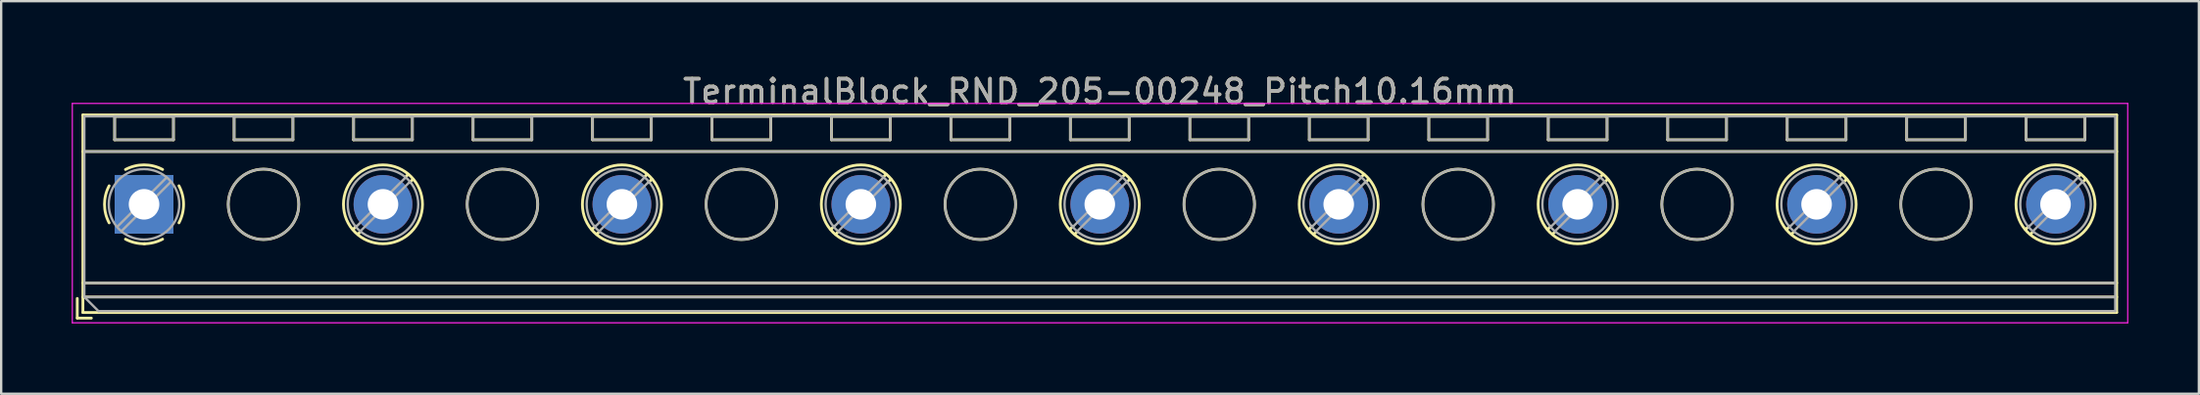
<source format=kicad_pcb>
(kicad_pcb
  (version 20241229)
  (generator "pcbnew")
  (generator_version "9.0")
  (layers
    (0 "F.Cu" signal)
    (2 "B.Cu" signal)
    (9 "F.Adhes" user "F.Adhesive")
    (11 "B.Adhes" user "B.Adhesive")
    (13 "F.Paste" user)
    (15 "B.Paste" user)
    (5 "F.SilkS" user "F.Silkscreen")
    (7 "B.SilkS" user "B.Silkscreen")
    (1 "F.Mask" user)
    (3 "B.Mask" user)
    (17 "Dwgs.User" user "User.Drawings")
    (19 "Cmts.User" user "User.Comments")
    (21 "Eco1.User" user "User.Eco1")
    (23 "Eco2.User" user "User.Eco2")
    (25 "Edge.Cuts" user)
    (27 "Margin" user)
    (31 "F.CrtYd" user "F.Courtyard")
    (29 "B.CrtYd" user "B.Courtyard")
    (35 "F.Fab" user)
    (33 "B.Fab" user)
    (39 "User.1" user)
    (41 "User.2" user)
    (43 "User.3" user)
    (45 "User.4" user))
  (footprint "TerminalBlock_RND_205-00248_Pitch10.16mm"
    (layer "F.Cu")
    (at 3.075 5.658)
    (property "Reference" "TerminalBlock_RND_205-00248_Pitch10.16mm" (at 40.64 -4.81 0) (layer "F.SilkS") (effects (font (size 1 1) (thickness 0.15))))
    (attr through_hole)
    (fp_line (start -2.84 4.01) (end -2.84 4.85) (stroke (width 0.12) (type solid)) (layer "F.SilkS"))
    (fp_line (start -2.84 4.85) (end -2.24 4.85) (stroke (width 0.12) (type solid)) (layer "F.SilkS"))
    (fp_line (start -2.6 -3.81) (end -2.6 4.61) (stroke (width 0.12) (type solid)) (layer "F.SilkS"))
    (fp_line (start -2.6 -2.25) (end 83.88 -2.25) (stroke (width 0.12) (type solid)) (layer "F.SilkS"))
    (fp_line (start -2.6 3.35) (end 83.88 3.35) (stroke (width 0.12) (type solid)) (layer "F.SilkS"))
    (fp_line (start -2.6 3.95) (end 83.88 3.95) (stroke (width 0.12) (type solid)) (layer "F.SilkS"))
    (fp_line (start -2.6 4.61) (end 83.88 4.61) (stroke (width 0.12) (type solid)) (layer "F.SilkS"))
    (fp_line (start -1.25 -3.751) (end -1.25 -2.751) (stroke (width 0.12) (type solid)) (layer "F.SilkS"))
    (fp_line (start -1.25 -3.751) (end 1.25 -3.751) (stroke (width 0.12) (type solid)) (layer "F.SilkS"))
    (fp_line (start -1.25 -2.751) (end 1.25 -2.751) (stroke (width 0.12) (type solid)) (layer "F.SilkS"))
    (fp_line (start 1.25 -3.751) (end 1.25 -2.751) (stroke (width 0.12) (type solid)) (layer "F.SilkS"))
    (fp_line (start 3.83 -3.751) (end 3.83 -2.751) (stroke (width 0.12) (type solid)) (layer "F.SilkS"))
    (fp_line (start 3.83 -3.751) (end 6.33 -3.751) (stroke (width 0.12) (type solid)) (layer "F.SilkS"))
    (fp_line (start 3.83 -2.751) (end 6.33 -2.751) (stroke (width 0.12) (type solid)) (layer "F.SilkS"))
    (fp_line (start 6.33 -3.751) (end 6.33 -2.751) (stroke (width 0.12) (type solid)) (layer "F.SilkS"))
    (fp_line (start 8.91 -3.751) (end 8.91 -2.751) (stroke (width 0.12) (type solid)) (layer "F.SilkS"))
    (fp_line (start 8.91 -3.751) (end 11.41 -3.751) (stroke (width 0.12) (type solid)) (layer "F.SilkS"))
    (fp_line (start 8.91 -2.751) (end 11.41 -2.751) (stroke (width 0.12) (type solid)) (layer "F.SilkS"))
    (fp_line (start 9.027 0.929) (end 8.886 1.069) (stroke (width 0.12) (type solid)) (layer "F.SilkS"))
    (fp_line (start 9.197 1.169) (end 9.091 1.274) (stroke (width 0.12) (type solid)) (layer "F.SilkS"))
    (fp_line (start 11.23 -1.275) (end 11.124 -1.169) (stroke (width 0.12) (type solid)) (layer "F.SilkS"))
    (fp_line (start 11.41 -3.751) (end 11.41 -2.751) (stroke (width 0.12) (type solid)) (layer "F.SilkS"))
    (fp_line (start 11.435 -1.069) (end 11.294 -0.929) (stroke (width 0.12) (type solid)) (layer "F.SilkS"))
    (fp_line (start 13.99 -3.751) (end 13.99 -2.751) (stroke (width 0.12) (type solid)) (layer "F.SilkS"))
    (fp_line (start 13.99 -3.751) (end 16.49 -3.751) (stroke (width 0.12) (type solid)) (layer "F.SilkS"))
    (fp_line (start 13.99 -2.751) (end 16.49 -2.751) (stroke (width 0.12) (type solid)) (layer "F.SilkS"))
    (fp_line (start 16.49 -3.751) (end 16.49 -2.751) (stroke (width 0.12) (type solid)) (layer "F.SilkS"))
    (fp_line (start 19.07 -3.751) (end 19.07 -2.751) (stroke (width 0.12) (type solid)) (layer "F.SilkS"))
    (fp_line (start 19.07 -3.751) (end 21.57 -3.751) (stroke (width 0.12) (type solid)) (layer "F.SilkS"))
    (fp_line (start 19.07 -2.751) (end 21.57 -2.751) (stroke (width 0.12) (type solid)) (layer "F.SilkS"))
    (fp_line (start 19.187 0.929) (end 19.046 1.069) (stroke (width 0.12) (type solid)) (layer "F.SilkS"))
    (fp_line (start 19.357 1.169) (end 19.251 1.274) (stroke (width 0.12) (type solid)) (layer "F.SilkS"))
    (fp_line (start 21.39 -1.275) (end 21.284 -1.169) (stroke (width 0.12) (type solid)) (layer "F.SilkS"))
    (fp_line (start 21.57 -3.751) (end 21.57 -2.751) (stroke (width 0.12) (type solid)) (layer "F.SilkS"))
    (fp_line (start 21.595 -1.069) (end 21.454 -0.929) (stroke (width 0.12) (type solid)) (layer "F.SilkS"))
    (fp_line (start 24.15 -3.751) (end 24.15 -2.751) (stroke (width 0.12) (type solid)) (layer "F.SilkS"))
    (fp_line (start 24.15 -3.751) (end 26.65 -3.751) (stroke (width 0.12) (type solid)) (layer "F.SilkS"))
    (fp_line (start 24.15 -2.751) (end 26.65 -2.751) (stroke (width 0.12) (type solid)) (layer "F.SilkS"))
    (fp_line (start 26.65 -3.751) (end 26.65 -2.751) (stroke (width 0.12) (type solid)) (layer "F.SilkS"))
    (fp_line (start 29.23 -3.751) (end 29.23 -2.751) (stroke (width 0.12) (type solid)) (layer "F.SilkS"))
    (fp_line (start 29.23 -3.751) (end 31.73 -3.751) (stroke (width 0.12) (type solid)) (layer "F.SilkS"))
    (fp_line (start 29.23 -2.751) (end 31.73 -2.751) (stroke (width 0.12) (type solid)) (layer "F.SilkS"))
    (fp_line (start 29.347 0.929) (end 29.206 1.069) (stroke (width 0.12) (type solid)) (layer "F.SilkS"))
    (fp_line (start 29.517 1.169) (end 29.411 1.274) (stroke (width 0.12) (type solid)) (layer "F.SilkS"))
    (fp_line (start 31.55 -1.275) (end 31.444 -1.169) (stroke (width 0.12) (type solid)) (layer "F.SilkS"))
    (fp_line (start 31.73 -3.751) (end 31.73 -2.751) (stroke (width 0.12) (type solid)) (layer "F.SilkS"))
    (fp_line (start 31.755 -1.069) (end 31.614 -0.929) (stroke (width 0.12) (type solid)) (layer "F.SilkS"))
    (fp_line (start 34.31 -3.751) (end 34.31 -2.751) (stroke (width 0.12) (type solid)) (layer "F.SilkS"))
    (fp_line (start 34.31 -3.751) (end 36.81 -3.751) (stroke (width 0.12) (type solid)) (layer "F.SilkS"))
    (fp_line (start 34.31 -2.751) (end 36.81 -2.751) (stroke (width 0.12) (type solid)) (layer "F.SilkS"))
    (fp_line (start 36.81 -3.751) (end 36.81 -2.751) (stroke (width 0.12) (type solid)) (layer "F.SilkS"))
    (fp_line (start 39.39 -3.751) (end 39.39 -2.751) (stroke (width 0.12) (type solid)) (layer "F.SilkS"))
    (fp_line (start 39.39 -3.751) (end 41.89 -3.751) (stroke (width 0.12) (type solid)) (layer "F.SilkS"))
    (fp_line (start 39.39 -2.751) (end 41.89 -2.751) (stroke (width 0.12) (type solid)) (layer "F.SilkS"))
    (fp_line (start 39.507 0.929) (end 39.366 1.069) (stroke (width 0.12) (type solid)) (layer "F.SilkS"))
    (fp_line (start 39.677 1.169) (end 39.571 1.274) (stroke (width 0.12) (type solid)) (layer "F.SilkS"))
    (fp_line (start 41.71 -1.275) (end 41.604 -1.169) (stroke (width 0.12) (type solid)) (layer "F.SilkS"))
    (fp_line (start 41.89 -3.751) (end 41.89 -2.751) (stroke (width 0.12) (type solid)) (layer "F.SilkS"))
    (fp_line (start 41.915 -1.069) (end 41.774 -0.929) (stroke (width 0.12) (type solid)) (layer "F.SilkS"))
    (fp_line (start 44.47 -3.751) (end 44.47 -2.751) (stroke (width 0.12) (type solid)) (layer "F.SilkS"))
    (fp_line (start 44.47 -3.751) (end 46.97 -3.751) (stroke (width 0.12) (type solid)) (layer "F.SilkS"))
    (fp_line (start 44.47 -2.751) (end 46.97 -2.751) (stroke (width 0.12) (type solid)) (layer "F.SilkS"))
    (fp_line (start 46.97 -3.751) (end 46.97 -2.751) (stroke (width 0.12) (type solid)) (layer "F.SilkS"))
    (fp_line (start 49.55 -3.751) (end 49.55 -2.751) (stroke (width 0.12) (type solid)) (layer "F.SilkS"))
    (fp_line (start 49.55 -3.751) (end 52.05 -3.751) (stroke (width 0.12) (type solid)) (layer "F.SilkS"))
    (fp_line (start 49.55 -2.751) (end 52.05 -2.751) (stroke (width 0.12) (type solid)) (layer "F.SilkS"))
    (fp_line (start 49.667 0.929) (end 49.526 1.069) (stroke (width 0.12) (type solid)) (layer "F.SilkS"))
    (fp_line (start 49.837 1.169) (end 49.731 1.274) (stroke (width 0.12) (type solid)) (layer "F.SilkS"))
    (fp_line (start 51.87 -1.275) (end 51.764 -1.169) (stroke (width 0.12) (type solid)) (layer "F.SilkS"))
    (fp_line (start 52.05 -3.751) (end 52.05 -2.751) (stroke (width 0.12) (type solid)) (layer "F.SilkS"))
    (fp_line (start 52.075 -1.069) (end 51.934 -0.929) (stroke (width 0.12) (type solid)) (layer "F.SilkS"))
    (fp_line (start 54.63 -3.751) (end 54.63 -2.751) (stroke (width 0.12) (type solid)) (layer "F.SilkS"))
    (fp_line (start 54.63 -3.751) (end 57.13 -3.751) (stroke (width 0.12) (type solid)) (layer "F.SilkS"))
    (fp_line (start 54.63 -2.751) (end 57.13 -2.751) (stroke (width 0.12) (type solid)) (layer "F.SilkS"))
    (fp_line (start 57.13 -3.751) (end 57.13 -2.751) (stroke (width 0.12) (type solid)) (layer "F.SilkS"))
    (fp_line (start 59.71 -3.751) (end 59.71 -2.751) (stroke (width 0.12) (type solid)) (layer "F.SilkS"))
    (fp_line (start 59.71 -3.751) (end 62.21 -3.751) (stroke (width 0.12) (type solid)) (layer "F.SilkS"))
    (fp_line (start 59.71 -2.751) (end 62.21 -2.751) (stroke (width 0.12) (type solid)) (layer "F.SilkS"))
    (fp_line (start 59.827 0.929) (end 59.686 1.069) (stroke (width 0.12) (type solid)) (layer "F.SilkS"))
    (fp_line (start 59.997 1.169) (end 59.891 1.274) (stroke (width 0.12) (type solid)) (layer "F.SilkS"))
    (fp_line (start 62.03 -1.275) (end 61.924 -1.169) (stroke (width 0.12) (type solid)) (layer "F.SilkS"))
    (fp_line (start 62.21 -3.751) (end 62.21 -2.751) (stroke (width 0.12) (type solid)) (layer "F.SilkS"))
    (fp_line (start 62.235 -1.069) (end 62.094 -0.929) (stroke (width 0.12) (type solid)) (layer "F.SilkS"))
    (fp_line (start 64.791 -3.751) (end 64.791 -2.751) (stroke (width 0.12) (type solid)) (layer "F.SilkS"))
    (fp_line (start 64.791 -3.751) (end 67.29 -3.751) (stroke (width 0.12) (type solid)) (layer "F.SilkS"))
    (fp_line (start 64.791 -2.751) (end 67.29 -2.751) (stroke (width 0.12) (type solid)) (layer "F.SilkS"))
    (fp_line (start 67.29 -3.751) (end 67.29 -2.751) (stroke (width 0.12) (type solid)) (layer "F.SilkS"))
    (fp_line (start 69.87 -3.751) (end 69.87 -2.751) (stroke (width 0.12) (type solid)) (layer "F.SilkS"))
    (fp_line (start 69.87 -3.751) (end 72.37 -3.751) (stroke (width 0.12) (type solid)) (layer "F.SilkS"))
    (fp_line (start 69.87 -2.751) (end 72.37 -2.751) (stroke (width 0.12) (type solid)) (layer "F.SilkS"))
    (fp_line (start 69.987 0.929) (end 69.846 1.069) (stroke (width 0.12) (type solid)) (layer "F.SilkS"))
    (fp_line (start 70.157 1.169) (end 70.051 1.274) (stroke (width 0.12) (type solid)) (layer "F.SilkS"))
    (fp_line (start 72.19 -1.275) (end 72.084 -1.169) (stroke (width 0.12) (type solid)) (layer "F.SilkS"))
    (fp_line (start 72.37 -3.751) (end 72.37 -2.751) (stroke (width 0.12) (type solid)) (layer "F.SilkS"))
    (fp_line (start 72.395 -1.069) (end 72.254 -0.929) (stroke (width 0.12) (type solid)) (layer "F.SilkS"))
    (fp_line (start 74.95 -3.751) (end 74.95 -2.751) (stroke (width 0.12) (type solid)) (layer "F.SilkS"))
    (fp_line (start 74.95 -3.751) (end 77.45 -3.751) (stroke (width 0.12) (type solid)) (layer "F.SilkS"))
    (fp_line (start 74.95 -2.751) (end 77.45 -2.751) (stroke (width 0.12) (type solid)) (layer "F.SilkS"))
    (fp_line (start 77.45 -3.751) (end 77.45 -2.751) (stroke (width 0.12) (type solid)) (layer "F.SilkS"))
    (fp_line (start 80.03 -3.751) (end 80.03 -2.751) (stroke (width 0.12) (type solid)) (layer "F.SilkS"))
    (fp_line (start 80.03 -3.751) (end 82.53 -3.751) (stroke (width 0.12) (type solid)) (layer "F.SilkS"))
    (fp_line (start 80.03 -2.751) (end 82.53 -2.751) (stroke (width 0.12) (type solid)) (layer "F.SilkS"))
    (fp_line (start 80.147 0.929) (end 80.006 1.069) (stroke (width 0.12) (type solid)) (layer "F.SilkS"))
    (fp_line (start 80.317 1.169) (end 80.211 1.274) (stroke (width 0.12) (type solid)) (layer "F.SilkS"))
    (fp_line (start 82.35 -1.275) (end 82.244 -1.169) (stroke (width 0.12) (type solid)) (layer "F.SilkS"))
    (fp_line (start 82.53 -3.751) (end 82.53 -2.751) (stroke (width 0.12) (type solid)) (layer "F.SilkS"))
    (fp_line (start 82.555 -1.069) (end 82.414 -0.929) (stroke (width 0.12) (type solid)) (layer "F.SilkS"))
    (fp_line (start 83.88 -3.81) (end -2.6 -3.81) (stroke (width 0.12) (type solid)) (layer "F.SilkS"))
    (fp_line (start 83.88 4.61) (end 83.88 -3.81) (stroke (width 0.12) (type solid)) (layer "F.SilkS"))
    (fp_arc (start -1.483953 0.789089) (mid -1.680708 0.00005) (end -1.484 -0.789) (stroke (width 0.12) (type solid)) (layer "F.SilkS"))
    (fp_arc (start -0.789089 -1.483953) (mid -0.00005 -1.680708) (end 0.789 -1.484) (stroke (width 0.12) (type solid)) (layer "F.SilkS"))
    (fp_arc (start 0.029383 1.68045) (mid -0.392304 1.634281) (end -0.789 1.484) (stroke (width 0.12) (type solid)) (layer "F.SilkS"))
    (fp_arc (start 0.788712 1.483352) (mid 0.406429 1.630097) (end 0 1.68) (stroke (width 0.12) (type solid)) (layer "F.SilkS"))
    (fp_arc (start 1.483953 -0.789089) (mid 1.680708 -0.00005) (end 1.484 0.789) (stroke (width 0.12) (type solid)) (layer "F.SilkS"))
    (fp_circle (center 5.08 0) (end 6.58 0) (stroke (width 0.12) (type solid)) (fill no) (layer "F.SilkS"))
    (fp_circle (center 10.16 0) (end 11.84 0) (stroke (width 0.12) (type solid)) (fill no) (layer "F.SilkS"))
    (fp_circle (center 15.24 0) (end 16.74 0) (stroke (width 0.12) (type solid)) (fill no) (layer "F.SilkS"))
    (fp_circle (center 20.32 0) (end 22 0) (stroke (width 0.12) (type solid)) (fill no) (layer "F.SilkS"))
    (fp_circle (center 25.4 0) (end 26.9 0) (stroke (width 0.12) (type solid)) (fill no) (layer "F.SilkS"))
    (fp_circle (center 30.48 0) (end 32.16 0) (stroke (width 0.12) (type solid)) (fill no) (layer "F.SilkS"))
    (fp_circle (center 35.56 0) (end 37.06 0) (stroke (width 0.12) (type solid)) (fill no) (layer "F.SilkS"))
    (fp_circle (center 40.64 0) (end 42.32 0) (stroke (width 0.12) (type solid)) (fill no) (layer "F.SilkS"))
    (fp_circle (center 45.72 0) (end 47.22 0) (stroke (width 0.12) (type solid)) (fill no) (layer "F.SilkS"))
    (fp_circle (center 50.8 0) (end 52.48 0) (stroke (width 0.12) (type solid)) (fill no) (layer "F.SilkS"))
    (fp_circle (center 55.88 0) (end 57.38 0) (stroke (width 0.12) (type solid)) (fill no) (layer "F.SilkS"))
    (fp_circle (center 60.96 0) (end 62.64 0) (stroke (width 0.12) (type solid)) (fill no) (layer "F.SilkS"))
    (fp_circle (center 66.04 0) (end 67.54 0) (stroke (width 0.12) (type solid)) (fill no) (layer "F.SilkS"))
    (fp_circle (center 71.12 0) (end 72.8 0) (stroke (width 0.12) (type solid)) (fill no) (layer "F.SilkS"))
    (fp_circle (center 76.2 0) (end 77.7 0) (stroke (width 0.12) (type solid)) (fill no) (layer "F.SilkS"))
    (fp_circle (center 81.28 0) (end 82.96 0) (stroke (width 0.12) (type solid)) (fill no) (layer "F.SilkS"))
    (fp_line (start -3.05 -4.3) (end -3.05 5.05) (stroke (width 0.05) (type solid)) (layer "F.CrtYd"))
    (fp_line (start -3.05 5.05) (end 84.35 5.05) (stroke (width 0.05) (type solid)) (layer "F.CrtYd"))
    (fp_line (start 84.35 -4.3) (end -3.05 -4.3) (stroke (width 0.05) (type solid)) (layer "F.CrtYd"))
    (fp_line (start 84.35 5.05) (end 84.35 -4.3) (stroke (width 0.05) (type solid)) (layer "F.CrtYd"))
    (fp_line (start -2.54 -3.75) (end 83.82 -3.75) (stroke (width 0.1) (type solid)) (layer "F.Fab"))
    (fp_line (start -2.54 -2.25) (end 83.82 -2.25) (stroke (width 0.1) (type solid)) (layer "F.Fab"))
    (fp_line (start -2.54 3.35) (end 83.82 3.35) (stroke (width 0.1) (type solid)) (layer "F.Fab"))
    (fp_line (start -2.54 3.95) (end -2.54 -3.75) (stroke (width 0.1) (type solid)) (layer "F.Fab"))
    (fp_line (start -2.54 3.95) (end 83.82 3.95) (stroke (width 0.1) (type solid)) (layer "F.Fab"))
    (fp_line (start -1.94 4.55) (end -2.54 3.95) (stroke (width 0.1) (type solid)) (layer "F.Fab"))
    (fp_line (start -1.25 -3.75) (end -1.25 -2.75) (stroke (width 0.1) (type solid)) (layer "F.Fab"))
    (fp_line (start -1.25 -2.75) (end 1.25 -2.75) (stroke (width 0.1) (type solid)) (layer "F.Fab"))
    (fp_line (start 0.955 -1.138) (end -1.138 0.955) (stroke (width 0.1) (type solid)) (layer "F.Fab"))
    (fp_line (start 1.138 -0.955) (end -0.955 1.138) (stroke (width 0.1) (type solid)) (layer "F.Fab"))
    (fp_line (start 1.25 -3.75) (end -1.25 -3.75) (stroke (width 0.1) (type solid)) (layer "F.Fab"))
    (fp_line (start 1.25 -2.75) (end 1.25 -3.75) (stroke (width 0.1) (type solid)) (layer "F.Fab"))
    (fp_line (start 3.83 -3.75) (end 3.83 -2.75) (stroke (width 0.1) (type solid)) (layer "F.Fab"))
    (fp_line (start 3.83 -2.75) (end 6.33 -2.75) (stroke (width 0.1) (type solid)) (layer "F.Fab"))
    (fp_line (start 6.33 -3.75) (end 3.83 -3.75) (stroke (width 0.1) (type solid)) (layer "F.Fab"))
    (fp_line (start 6.33 -2.75) (end 6.33 -3.75) (stroke (width 0.1) (type solid)) (layer "F.Fab"))
    (fp_line (start 8.91 -3.75) (end 8.91 -2.75) (stroke (width 0.1) (type solid)) (layer "F.Fab"))
    (fp_line (start 8.91 -2.75) (end 11.41 -2.75) (stroke (width 0.1) (type solid)) (layer "F.Fab"))
    (fp_line (start 11.115 -1.138) (end 9.023 0.955) (stroke (width 0.1) (type solid)) (layer "F.Fab"))
    (fp_line (start 11.298 -0.955) (end 9.206 1.138) (stroke (width 0.1) (type solid)) (layer "F.Fab"))
    (fp_line (start 11.41 -3.75) (end 8.91 -3.75) (stroke (width 0.1) (type solid)) (layer "F.Fab"))
    (fp_line (start 11.41 -2.75) (end 11.41 -3.75) (stroke (width 0.1) (type solid)) (layer "F.Fab"))
    (fp_line (start 13.99 -3.75) (end 13.99 -2.75) (stroke (width 0.1) (type solid)) (layer "F.Fab"))
    (fp_line (start 13.99 -2.75) (end 16.49 -2.75) (stroke (width 0.1) (type solid)) (layer "F.Fab"))
    (fp_line (start 16.49 -3.75) (end 13.99 -3.75) (stroke (width 0.1) (type solid)) (layer "F.Fab"))
    (fp_line (start 16.49 -2.75) (end 16.49 -3.75) (stroke (width 0.1) (type solid)) (layer "F.Fab"))
    (fp_line (start 19.07 -3.75) (end 19.07 -2.75) (stroke (width 0.1) (type solid)) (layer "F.Fab"))
    (fp_line (start 19.07 -2.75) (end 21.57 -2.75) (stroke (width 0.1) (type solid)) (layer "F.Fab"))
    (fp_line (start 21.275 -1.138) (end 19.183 0.955) (stroke (width 0.1) (type solid)) (layer "F.Fab"))
    (fp_line (start 21.458 -0.955) (end 19.366 1.138) (stroke (width 0.1) (type solid)) (layer "F.Fab"))
    (fp_line (start 21.57 -3.75) (end 19.07 -3.75) (stroke (width 0.1) (type solid)) (layer "F.Fab"))
    (fp_line (start 21.57 -2.75) (end 21.57 -3.75) (stroke (width 0.1) (type solid)) (layer "F.Fab"))
    (fp_line (start 24.15 -3.75) (end 24.15 -2.75) (stroke (width 0.1) (type solid)) (layer "F.Fab"))
    (fp_line (start 24.15 -2.75) (end 26.65 -2.75) (stroke (width 0.1) (type solid)) (layer "F.Fab"))
    (fp_line (start 26.65 -3.75) (end 24.15 -3.75) (stroke (width 0.1) (type solid)) (layer "F.Fab"))
    (fp_line (start 26.65 -2.75) (end 26.65 -3.75) (stroke (width 0.1) (type solid)) (layer "F.Fab"))
    (fp_line (start 29.23 -3.75) (end 29.23 -2.75) (stroke (width 0.1) (type solid)) (layer "F.Fab"))
    (fp_line (start 29.23 -2.75) (end 31.73 -2.75) (stroke (width 0.1) (type solid)) (layer "F.Fab"))
    (fp_line (start 31.435 -1.138) (end 29.343 0.955) (stroke (width 0.1) (type solid)) (layer "F.Fab"))
    (fp_line (start 31.618 -0.955) (end 29.526 1.138) (stroke (width 0.1) (type solid)) (layer "F.Fab"))
    (fp_line (start 31.73 -3.75) (end 29.23 -3.75) (stroke (width 0.1) (type solid)) (layer "F.Fab"))
    (fp_line (start 31.73 -2.75) (end 31.73 -3.75) (stroke (width 0.1) (type solid)) (layer "F.Fab"))
    (fp_line (start 34.31 -3.75) (end 34.31 -2.75) (stroke (width 0.1) (type solid)) (layer "F.Fab"))
    (fp_line (start 34.31 -2.75) (end 36.81 -2.75) (stroke (width 0.1) (type solid)) (layer "F.Fab"))
    (fp_line (start 36.81 -3.75) (end 34.31 -3.75) (stroke (width 0.1) (type solid)) (layer "F.Fab"))
    (fp_line (start 36.81 -2.75) (end 36.81 -3.75) (stroke (width 0.1) (type solid)) (layer "F.Fab"))
    (fp_line (start 39.39 -3.75) (end 39.39 -2.75) (stroke (width 0.1) (type solid)) (layer "F.Fab"))
    (fp_line (start 39.39 -2.75) (end 41.89 -2.75) (stroke (width 0.1) (type solid)) (layer "F.Fab"))
    (fp_line (start 41.595 -1.138) (end 39.503 0.955) (stroke (width 0.1) (type solid)) (layer "F.Fab"))
    (fp_line (start 41.778 -0.955) (end 39.686 1.138) (stroke (width 0.1) (type solid)) (layer "F.Fab"))
    (fp_line (start 41.89 -3.75) (end 39.39 -3.75) (stroke (width 0.1) (type solid)) (layer "F.Fab"))
    (fp_line (start 41.89 -2.75) (end 41.89 -3.75) (stroke (width 0.1) (type solid)) (layer "F.Fab"))
    (fp_line (start 44.47 -3.75) (end 44.47 -2.75) (stroke (width 0.1) (type solid)) (layer "F.Fab"))
    (fp_line (start 44.47 -2.75) (end 46.97 -2.75) (stroke (width 0.1) (type solid)) (layer "F.Fab"))
    (fp_line (start 46.97 -3.75) (end 44.47 -3.75) (stroke (width 0.1) (type solid)) (layer "F.Fab"))
    (fp_line (start 46.97 -2.75) (end 46.97 -3.75) (stroke (width 0.1) (type solid)) (layer "F.Fab"))
    (fp_line (start 49.55 -3.75) (end 49.55 -2.75) (stroke (width 0.1) (type solid)) (layer "F.Fab"))
    (fp_line (start 49.55 -2.75) (end 52.05 -2.75) (stroke (width 0.1) (type solid)) (layer "F.Fab"))
    (fp_line (start 51.755 -1.138) (end 49.663 0.955) (stroke (width 0.1) (type solid)) (layer "F.Fab"))
    (fp_line (start 51.938 -0.955) (end 49.846 1.138) (stroke (width 0.1) (type solid)) (layer "F.Fab"))
    (fp_line (start 52.05 -3.75) (end 49.55 -3.75) (stroke (width 0.1) (type solid)) (layer "F.Fab"))
    (fp_line (start 52.05 -2.75) (end 52.05 -3.75) (stroke (width 0.1) (type solid)) (layer "F.Fab"))
    (fp_line (start 54.63 -3.75) (end 54.63 -2.75) (stroke (width 0.1) (type solid)) (layer "F.Fab"))
    (fp_line (start 54.63 -2.75) (end 57.13 -2.75) (stroke (width 0.1) (type solid)) (layer "F.Fab"))
    (fp_line (start 57.13 -3.75) (end 54.63 -3.75) (stroke (width 0.1) (type solid)) (layer "F.Fab"))
    (fp_line (start 57.13 -2.75) (end 57.13 -3.75) (stroke (width 0.1) (type solid)) (layer "F.Fab"))
    (fp_line (start 59.71 -3.75) (end 59.71 -2.75) (stroke (width 0.1) (type solid)) (layer "F.Fab"))
    (fp_line (start 59.71 -2.75) (end 62.21 -2.75) (stroke (width 0.1) (type solid)) (layer "F.Fab"))
    (fp_line (start 61.915 -1.138) (end 59.823 0.955) (stroke (width 0.1) (type solid)) (layer "F.Fab"))
    (fp_line (start 62.098 -0.955) (end 60.006 1.138) (stroke (width 0.1) (type solid)) (layer "F.Fab"))
    (fp_line (start 62.21 -3.75) (end 59.71 -3.75) (stroke (width 0.1) (type solid)) (layer "F.Fab"))
    (fp_line (start 62.21 -2.75) (end 62.21 -3.75) (stroke (width 0.1) (type solid)) (layer "F.Fab"))
    (fp_line (start 64.79 -3.75) (end 64.79 -2.75) (stroke (width 0.1) (type solid)) (layer "F.Fab"))
    (fp_line (start 64.79 -2.75) (end 67.29 -2.75) (stroke (width 0.1) (type solid)) (layer "F.Fab"))
    (fp_line (start 67.29 -3.75) (end 64.79 -3.75) (stroke (width 0.1) (type solid)) (layer "F.Fab"))
    (fp_line (start 67.29 -2.75) (end 67.29 -3.75) (stroke (width 0.1) (type solid)) (layer "F.Fab"))
    (fp_line (start 69.87 -3.75) (end 69.87 -2.75) (stroke (width 0.1) (type solid)) (layer "F.Fab"))
    (fp_line (start 69.87 -2.75) (end 72.37 -2.75) (stroke (width 0.1) (type solid)) (layer "F.Fab"))
    (fp_line (start 72.075 -1.138) (end 69.983 0.955) (stroke (width 0.1) (type solid)) (layer "F.Fab"))
    (fp_line (start 72.258 -0.955) (end 70.166 1.138) (stroke (width 0.1) (type solid)) (layer "F.Fab"))
    (fp_line (start 72.37 -3.75) (end 69.87 -3.75) (stroke (width 0.1) (type solid)) (layer "F.Fab"))
    (fp_line (start 72.37 -2.75) (end 72.37 -3.75) (stroke (width 0.1) (type solid)) (layer "F.Fab"))
    (fp_line (start 74.95 -3.75) (end 74.95 -2.75) (stroke (width 0.1) (type solid)) (layer "F.Fab"))
    (fp_line (start 74.95 -2.75) (end 77.45 -2.75) (stroke (width 0.1) (type solid)) (layer "F.Fab"))
    (fp_line (start 77.45 -3.75) (end 74.95 -3.75) (stroke (width 0.1) (type solid)) (layer "F.Fab"))
    (fp_line (start 77.45 -2.75) (end 77.45 -3.75) (stroke (width 0.1) (type solid)) (layer "F.Fab"))
    (fp_line (start 80.03 -3.75) (end 80.03 -2.75) (stroke (width 0.1) (type solid)) (layer "F.Fab"))
    (fp_line (start 80.03 -2.75) (end 82.53 -2.75) (stroke (width 0.1) (type solid)) (layer "F.Fab"))
    (fp_line (start 82.235 -1.138) (end 80.143 0.955) (stroke (width 0.1) (type solid)) (layer "F.Fab"))
    (fp_line (start 82.418 -0.955) (end 80.326 1.138) (stroke (width 0.1) (type solid)) (layer "F.Fab"))
    (fp_line (start 82.53 -3.75) (end 80.03 -3.75) (stroke (width 0.1) (type solid)) (layer "F.Fab"))
    (fp_line (start 82.53 -2.75) (end 82.53 -3.75) (stroke (width 0.1) (type solid)) (layer "F.Fab"))
    (fp_line (start 83.82 -3.75) (end 83.82 4.55) (stroke (width 0.1) (type solid)) (layer "F.Fab"))
    (fp_line (start 83.82 4.55) (end -1.94 4.55) (stroke (width 0.1) (type solid)) (layer "F.Fab"))
    (fp_circle (center 0 0) (end 1.5 0) (stroke (width 0.1) (type solid)) (fill no) (layer "F.Fab"))
    (fp_circle (center 5.08 0) (end 6.58 0) (stroke (width 0.1) (type solid)) (fill no) (layer "F.Fab"))
    (fp_circle (center 10.16 0) (end 11.66 0) (stroke (width 0.1) (type solid)) (fill no) (layer "F.Fab"))
    (fp_circle (center 15.24 0) (end 16.74 0) (stroke (width 0.1) (type solid)) (fill no) (layer "F.Fab"))
    (fp_circle (center 20.32 0) (end 21.82 0) (stroke (width 0.1) (type solid)) (fill no) (layer "F.Fab"))
    (fp_circle (center 25.4 0) (end 26.9 0) (stroke (width 0.1) (type solid)) (fill no) (layer "F.Fab"))
    (fp_circle (center 30.48 0) (end 31.98 0) (stroke (width 0.1) (type solid)) (fill no) (layer "F.Fab"))
    (fp_circle (center 35.56 0) (end 37.06 0) (stroke (width 0.1) (type solid)) (fill no) (layer "F.Fab"))
    (fp_circle (center 40.64 0) (end 42.14 0) (stroke (width 0.1) (type solid)) (fill no) (layer "F.Fab"))
    (fp_circle (center 45.72 0) (end 47.22 0) (stroke (width 0.1) (type solid)) (fill no) (layer "F.Fab"))
    (fp_circle (center 50.8 0) (end 52.3 0) (stroke (width 0.1) (type solid)) (fill no) (layer "F.Fab"))
    (fp_circle (center 55.88 0) (end 57.38 0) (stroke (width 0.1) (type solid)) (fill no) (layer "F.Fab"))
    (fp_circle (center 60.96 0) (end 62.46 0) (stroke (width 0.1) (type solid)) (fill no) (layer "F.Fab"))
    (fp_circle (center 66.04 0) (end 67.54 0) (stroke (width 0.1) (type solid)) (fill no) (layer "F.Fab"))
    (fp_circle (center 71.12 0) (end 72.62 0) (stroke (width 0.1) (type solid)) (fill no) (layer "F.Fab"))
    (fp_circle (center 76.2 0) (end 77.7 0) (stroke (width 0.1) (type solid)) (fill no) (layer "F.Fab"))
    (fp_circle (center 81.28 0) (end 82.78 0) (stroke (width 0.1) (type solid)) (fill no) (layer "F.Fab"))
    (fp_text user "${REFERENCE}" (at 40.64 -4.81 0) (layer "F.Fab") (effects (font (size 1 1) (thickness 0.15))))
    (pad "1" thru_hole rect (at 0 0) (size 2.5 2.5) (drill 1.3) (layers "*.Cu" "*.Mask"))
    (pad "2" thru_hole oval (at 10.16 0) (size 2.5 2.5) (drill 1.3) (layers "*.Cu" "*.Mask"))
    (pad "3" thru_hole oval (at 20.32 0) (size 2.5 2.5) (drill 1.3) (layers "*.Cu" "*.Mask"))
    (pad "4" thru_hole oval (at 30.48 0) (size 2.5 2.5) (drill 1.3) (layers "*.Cu" "*.Mask"))
    (pad "5" thru_hole oval (at 40.64 0) (size 2.5 2.5) (drill 1.3) (layers "*.Cu" "*.Mask"))
    (pad "6" thru_hole oval (at 50.8 0) (size 2.5 2.5) (drill 1.3) (layers "*.Cu" "*.Mask"))
    (pad "7" thru_hole oval (at 60.96 0) (size 2.5 2.5) (drill 1.3) (layers "*.Cu" "*.Mask"))
    (pad "8" thru_hole oval (at 71.12 0) (size 2.5 2.5) (drill 1.3) (layers "*.Cu" "*.Mask"))
    (pad "9" thru_hole oval (at 81.28 0) (size 2.5 2.5) (drill 1.3) (layers "*.Cu" "*.Mask")))
  (gr_rect
    (start -3 -3)
    (end 90.45 13.733)
    (stroke (width 0.1) (type default))
    (fill no)
    (layer "Edge.Cuts")))
</source>
